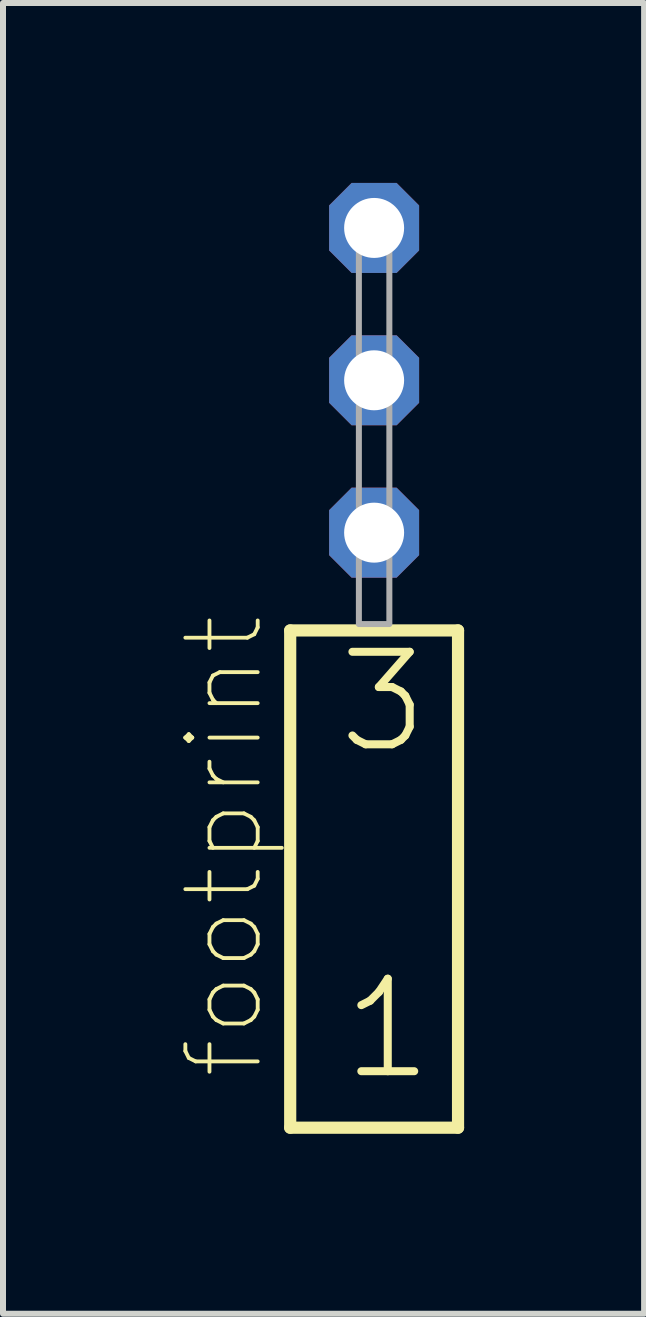
<source format=kicad_pcb>
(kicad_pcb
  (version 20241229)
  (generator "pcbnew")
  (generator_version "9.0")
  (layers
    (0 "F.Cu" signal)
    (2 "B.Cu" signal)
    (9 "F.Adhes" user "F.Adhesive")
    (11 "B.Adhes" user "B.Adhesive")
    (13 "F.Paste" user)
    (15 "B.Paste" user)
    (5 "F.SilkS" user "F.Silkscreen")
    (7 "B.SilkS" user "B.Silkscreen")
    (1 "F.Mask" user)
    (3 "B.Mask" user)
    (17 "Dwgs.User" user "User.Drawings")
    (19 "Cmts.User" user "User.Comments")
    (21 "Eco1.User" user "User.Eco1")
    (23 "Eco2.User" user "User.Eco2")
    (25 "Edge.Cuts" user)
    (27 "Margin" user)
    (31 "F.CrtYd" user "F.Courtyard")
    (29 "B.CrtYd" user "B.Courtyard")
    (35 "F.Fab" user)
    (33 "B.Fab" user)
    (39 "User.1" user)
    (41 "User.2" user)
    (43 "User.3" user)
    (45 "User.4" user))
  (footprint "footprint"
    (layer "F.Cu")
    (at 3.187 7.354)
    (property "Reference" "footprint" (at -1.79 7.62 90) (layer "F.SilkS") (effects (font (size 1.206 1.206) (thickness 0.064)) (justify left bottom)))
    (fp_line (start -1.399 0.106) (end -1.399 8.396) (stroke (width 0.203) (type solid)) (layer "F.SilkS"))
    (fp_line (start -1.399 8.396) (end 1.399 8.396) (stroke (width 0.203) (type solid)) (layer "F.SilkS"))
    (fp_line (start 1.399 0.106) (end -1.399 0.106) (stroke (width 0.203) (type solid)) (layer "F.SilkS"))
    (fp_line (start 1.399 8.396) (end 1.399 0.106) (stroke (width 0.203) (type solid)) (layer "F.SilkS"))
    (fp_poly (pts (xy -0.254 0) (xy 0.254 0) (xy 0.254 -6.858) (xy -0.254 -6.858)) (stroke (width 0.1) (type solid)) (fill no) (layer "F.Fab"))
    (fp_text user "1" (at -0.595 7.65 0) (layer "F.SilkS") (effects (font (size 1.542 1.542) (thickness 0.134)) (justify left bottom)))
    (fp_text user "3" (at -0.67 2.2 0) (layer "F.SilkS") (effects (font (size 1.542 1.542) (thickness 0.134)) (justify left bottom)))
    (pad "1" thru_hole roundrect (at 0 -1.524) (size 1.5 1.5) (drill 1) (layers "*.Cu" "*.Mask") (roundrect_rratio 0.25) (chamfer_ratio 0.25) (chamfer top_left top_right bottom_left bottom_right))
    (pad "2" thru_hole roundrect (at 0 -4.064) (size 1.5 1.5) (drill 1) (layers "*.Cu" "*.Mask") (roundrect_rratio 0.25) (chamfer_ratio 0.25) (chamfer top_left top_right bottom_left bottom_right))
    (pad "3" thru_hole roundrect (at 0 -6.604) (size 1.5 1.5) (drill 1) (layers "*.Cu" "*.Mask") (roundrect_rratio 0.25) (chamfer_ratio 0.25) (chamfer top_left top_right bottom_left bottom_right)))
  (gr_rect
    (start -3 -3)
    (end 7.688 18.852)
    (stroke (width 0.1) (type default))
    (fill no)
    (layer "Edge.Cuts")))
</source>
